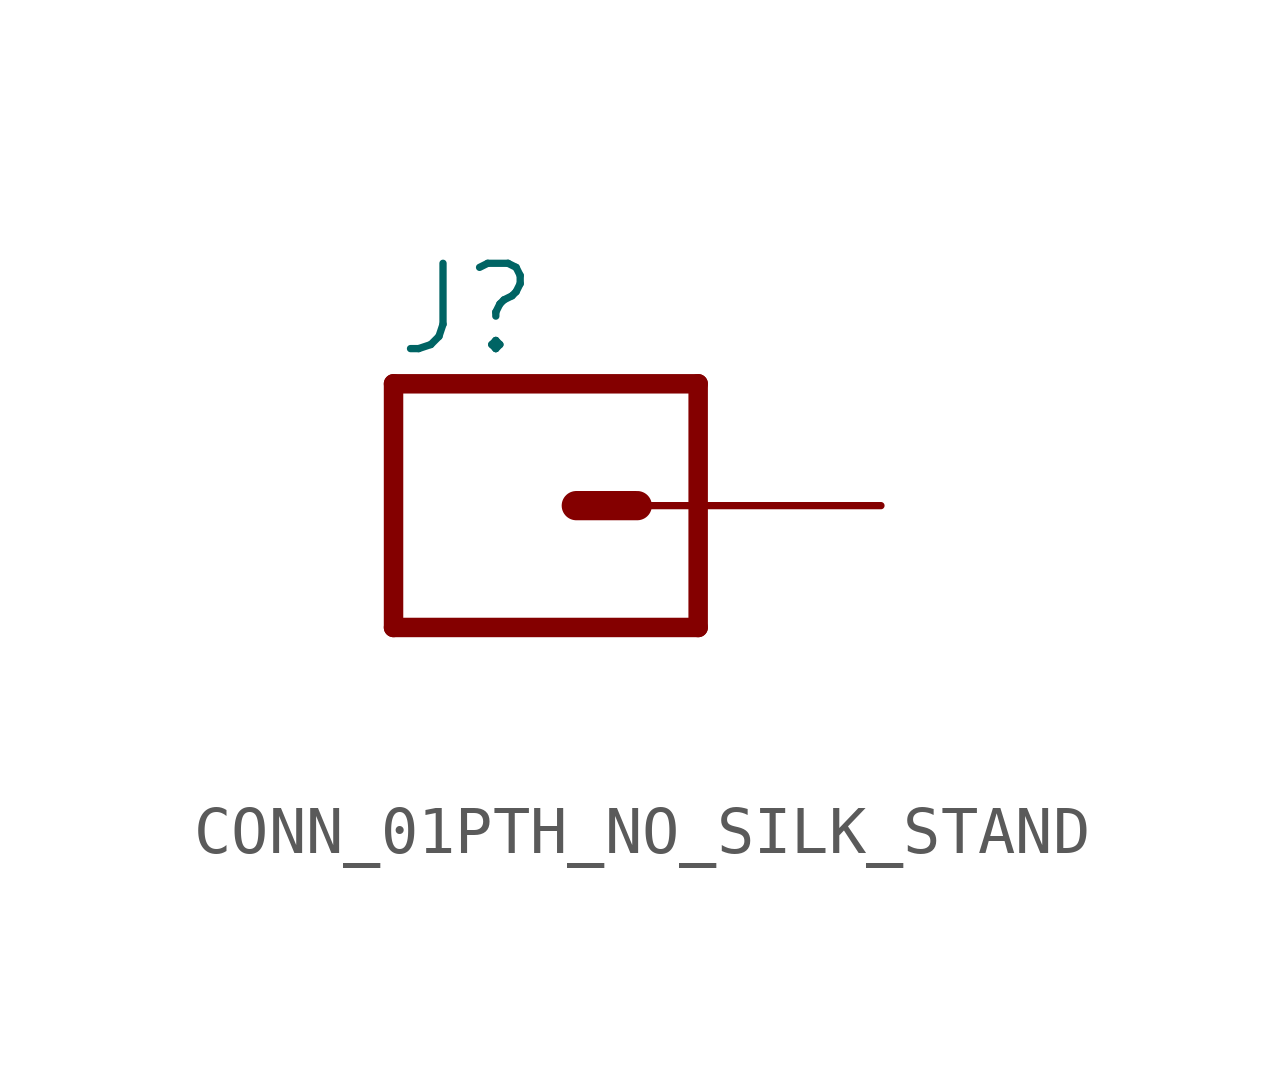
<source format=kicad_sym>
(kicad_symbol_lib
  (version 20220914)
  (generator kicad_symbol_editor)
  (symbol "CONN_01PTH_NO_SILK_STAND"
    (property "Reference" "J"
      (at -2.54 3.048 0)
      (effects (font (size 1.778 1.778)) (justify left bottom)))
    (property "Value" ""
      (at -2.54 -4.826 0)
      (effects (font (size 1.778 1.778)) (justify left bottom)))
    (property "ki_locked" ""
      (at 0 0 0)
      (effects (font (size 1.27 1.27))))
    (symbol "CONN_01PTH_NO_SILK_STAND_1_0"
      (polyline (pts (xy -2.54 2.54) (xy -2.54 -2.54)) (stroke (width 0.406) (type solid)) (fill (type none)))
      (polyline (pts (xy -2.54 2.54) (xy 3.81 2.54)) (stroke (width 0.406) (type solid)) (fill (type none)))
      (polyline (pts (xy 1.27 0) (xy 2.54 0)) (stroke (width 0.61) (type solid)) (fill (type none)))
      (polyline (pts (xy 3.81 -2.54) (xy -2.54 -2.54)) (stroke (width 0.406) (type solid)) (fill (type none)))
      (polyline (pts (xy 3.81 -2.54) (xy 3.81 2.54)) (stroke (width 0.406) (type solid)) (fill (type none)))
      (pin passive line (at 7.62 0 180) (length 5.08) (name "1" (effects (font (size 0 0)))) (number "1" (effects (font (size 0 0))))))))
</source>
